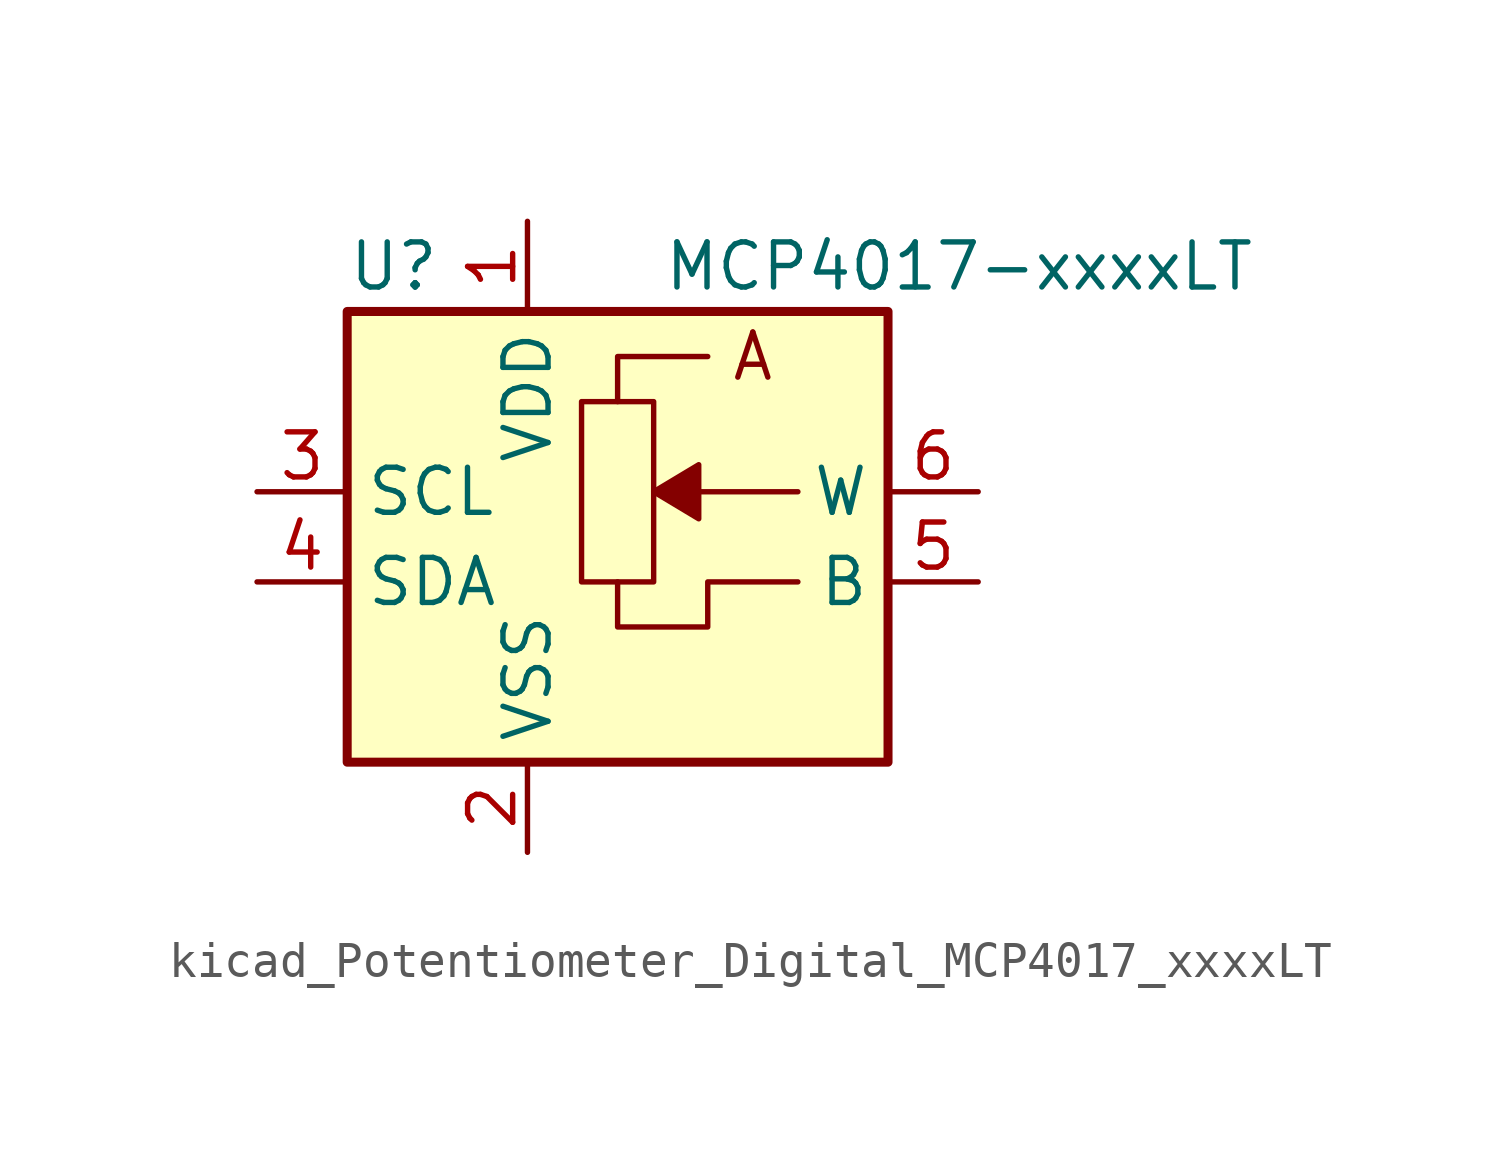
<source format=kicad_sym>
(kicad_symbol_lib
  (version 20220914)
  (generator kicad_symbol_editor)
  (symbol "kicad_Potentiometer_Digital_MCP4017_xxxxLT"
    (property "Reference" "U"
      (at -7.62 8.89 0)
      (effects (font (size 1.27 1.27)) (justify left)))
    (property "Value" "MCP4017-xxxxLT"
      (at 1.27 8.89 0)
      (effects (font (size 1.27 1.27)) (justify left)))
    (symbol "kicad_Potentiometer_Digital_MCP4017_xxxxLT_0_0"
      (polyline (pts (xy 0 5.08) (xy 0 6.35) (xy 2.54 6.35)) (stroke (width 0) (type default)) (fill (type none)))
      (polyline (pts (xy 5.08 0) (xy 2.54 0) (xy 2.54 -1.27) (xy 0 -1.27) (xy 0 0)) (stroke (width 0) (type default)) (fill (type none)))
      (text "A" (at 3.81 6.35 0) (effects (font (size 1.27 1.27)))))
    (symbol "kicad_Potentiometer_Digital_MCP4017_xxxxLT_1_1"
      (rectangle (start -7.62 7.62) (end 7.62 -5.08) (stroke (width 0.254) (type default)) (fill (type background)))
      (polyline (pts (xy 5.08 2.54) (xy 2.286 2.54)) (stroke (width 0) (type default)) (fill (type none)))
      (polyline (pts (xy 2.286 1.778) (xy 2.286 3.302) (xy 1.016 2.54) (xy 2.286 1.778)) (stroke (width 0) (type default)) (fill (type outline)))
      (rectangle (start 1.016 0) (end -1.016 5.08) (stroke (width 0) (type default)) (fill (type none)))
      (pin power_in line (at -2.54 10.16 270) (length 2.54) (name "VDD" (effects (font (size 1.27 1.27)))) (number "1" (effects (font (size 1.27 1.27)))))
      (pin power_in line (at -2.54 -7.62 90) (length 2.54) (name "VSS" (effects (font (size 1.27 1.27)))) (number "2" (effects (font (size 1.27 1.27)))))
      (pin input line (at -10.16 2.54 0) (length 2.54) (name "SCL" (effects (font (size 1.27 1.27)))) (number "3" (effects (font (size 1.27 1.27)))))
      (pin bidirectional line (at -10.16 0 0) (length 2.54) (name "SDA" (effects (font (size 1.27 1.27)))) (number "4" (effects (font (size 1.27 1.27)))))
      (pin passive line (at 10.16 0 180) (length 2.54) (name "B" (effects (font (size 1.27 1.27)))) (number "5" (effects (font (size 1.27 1.27)))))
      (pin passive line (at 10.16 2.54 180) (length 2.54) (name "W" (effects (font (size 1.27 1.27)))) (number "6" (effects (font (size 1.27 1.27))))))))
</source>
